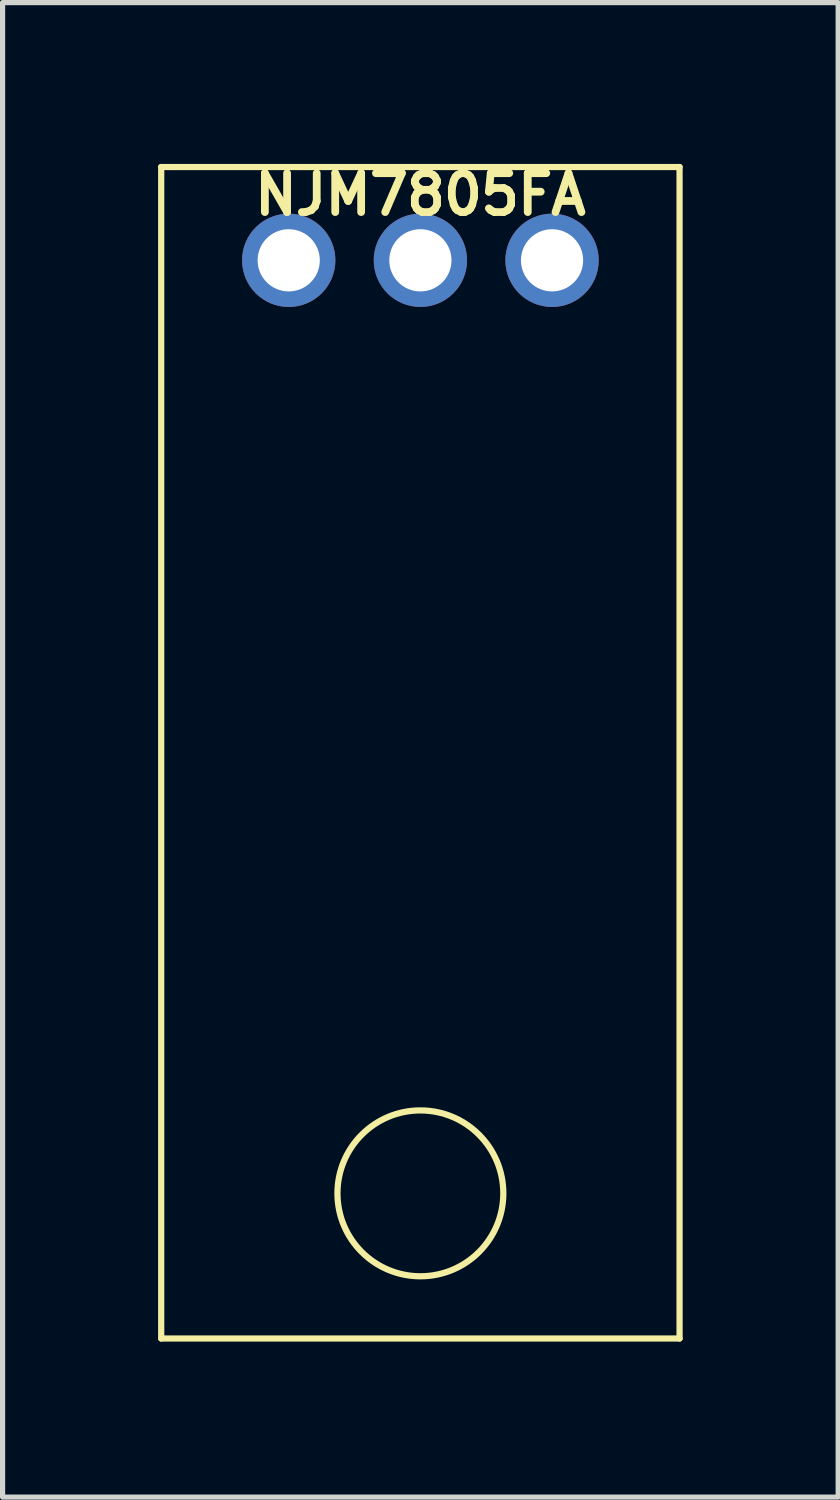
<source format=kicad_pcb>
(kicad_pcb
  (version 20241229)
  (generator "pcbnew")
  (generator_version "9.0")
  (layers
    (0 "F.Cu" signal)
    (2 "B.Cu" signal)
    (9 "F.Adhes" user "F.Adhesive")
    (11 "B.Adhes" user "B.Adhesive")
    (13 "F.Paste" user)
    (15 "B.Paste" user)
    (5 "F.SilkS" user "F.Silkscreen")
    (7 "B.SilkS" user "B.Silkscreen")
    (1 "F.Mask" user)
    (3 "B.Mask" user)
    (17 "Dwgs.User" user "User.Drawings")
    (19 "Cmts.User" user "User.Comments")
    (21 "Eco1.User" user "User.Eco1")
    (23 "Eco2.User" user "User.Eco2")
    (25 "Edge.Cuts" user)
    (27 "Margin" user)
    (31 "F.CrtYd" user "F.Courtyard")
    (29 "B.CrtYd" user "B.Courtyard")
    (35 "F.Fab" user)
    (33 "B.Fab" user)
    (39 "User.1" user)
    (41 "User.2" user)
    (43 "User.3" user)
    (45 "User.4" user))
  (footprint "NJM7805FA"
    (layer "F.Cu")
    (at 7.6 1.972)
    (property "Reference" "NJM7805FA" (at -2.54 -1.27 0) (layer "F.SilkS") (effects (font (size 0.75 0.75) (thickness 0.15))))
    (attr through_hole)
    (fp_line (start -7.54 -1.8) (end -7.54 20.8) (stroke (width 0.12) (type solid)) (layer "F.SilkS"))
    (fp_line (start -7.54 20.8) (end 2.46 20.8) (stroke (width 0.12) (type solid)) (layer "F.SilkS"))
    (fp_line (start 2.46 -1.8) (end -7.54 -1.8) (stroke (width 0.12) (type solid)) (layer "F.SilkS"))
    (fp_line (start 2.46 20.8) (end 2.46 -1.8) (stroke (width 0.12) (type solid)) (layer "F.SilkS"))
    (fp_circle (center -2.54 18) (end -0.94 18) (stroke (width 0.12) (type solid)) (fill no) (layer "F.SilkS"))
    (pad "1" thru_hole circle (at 0 0) (size 1.8 1.8) (drill 1.2) (layers "*.Cu" "*.Mask"))
    (pad "2" thru_hole circle (at -2.54 0) (size 1.8 1.8) (drill 1.2) (layers "*.Cu" "*.Mask"))
    (pad "3" thru_hole circle (at -5.08 0) (size 1.8 1.8) (drill 1.2) (layers "*.Cu" "*.Mask")))
  (gr_rect
    (start -3 -3)
    (end 13.12 25.832)
    (stroke (width 0.1) (type default))
    (fill no)
    (layer "Edge.Cuts")))
</source>
